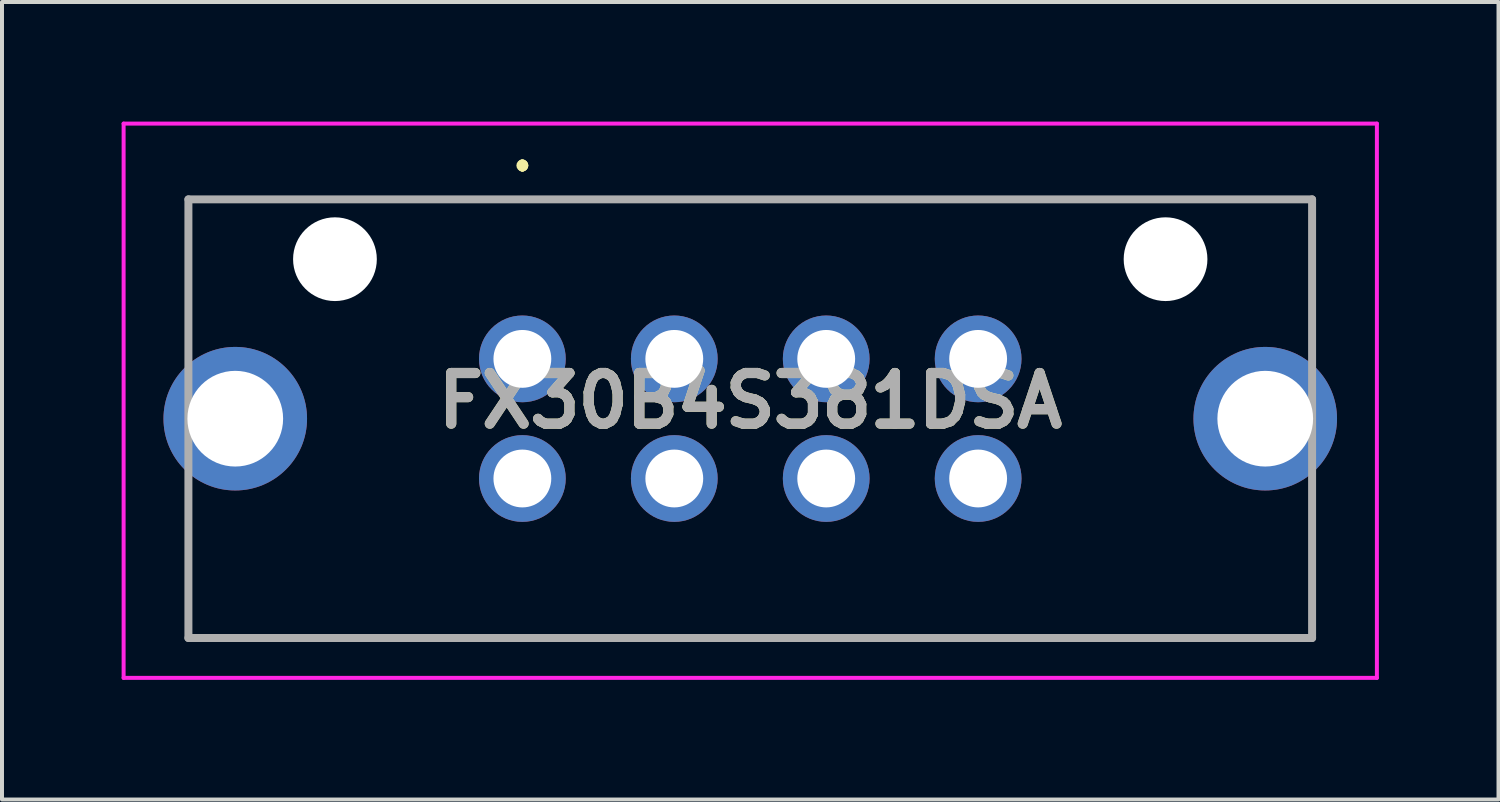
<source format=kicad_pcb>
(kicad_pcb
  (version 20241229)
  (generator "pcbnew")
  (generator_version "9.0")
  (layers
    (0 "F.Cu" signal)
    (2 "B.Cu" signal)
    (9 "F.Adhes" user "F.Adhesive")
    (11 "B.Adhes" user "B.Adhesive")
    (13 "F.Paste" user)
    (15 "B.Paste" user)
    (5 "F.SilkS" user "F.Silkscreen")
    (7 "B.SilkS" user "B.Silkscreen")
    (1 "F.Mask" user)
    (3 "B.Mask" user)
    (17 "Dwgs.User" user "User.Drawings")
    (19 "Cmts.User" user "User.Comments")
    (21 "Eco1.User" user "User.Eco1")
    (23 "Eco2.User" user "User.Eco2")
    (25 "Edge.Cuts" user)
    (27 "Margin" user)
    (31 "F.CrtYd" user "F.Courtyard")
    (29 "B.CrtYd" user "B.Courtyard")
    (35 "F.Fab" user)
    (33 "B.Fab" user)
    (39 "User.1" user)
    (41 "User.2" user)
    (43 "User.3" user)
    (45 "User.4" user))
  (footprint "FX30B4S381DSA"
    (layer "F.Cu")
    (at 10.05 5.95)
    (property "Reference" "FX30B4S381DSA" (at 5.715 1.05 0) (layer "F.SilkS") (effects (font (size 1.27 1.27) (thickness 0.254))))
    (attr through_hole)
    (fp_line (start -8.375 -4) (end -8.375 -4) (stroke (width 0.1) (type solid)) (layer "F.SilkS"))
    (fp_line (start -8.375 -4) (end -8.375 -4) (stroke (width 0.1) (type solid)) (layer "F.SilkS"))
    (fp_line (start -8.375 -4) (end -8.375 -0.75) (stroke (width 0.1) (type solid)) (layer "F.SilkS"))
    (fp_line (start -8.375 -4) (end 19.805 -4) (stroke (width 0.1) (type solid)) (layer "F.SilkS"))
    (fp_line (start -8.375 -0.75) (end -8.375 -4) (stroke (width 0.1) (type solid)) (layer "F.SilkS"))
    (fp_line (start -8.375 -0.75) (end -8.375 -0.75) (stroke (width 0.1) (type solid)) (layer "F.SilkS"))
    (fp_line (start -8.375 3.75) (end -8.375 3.75) (stroke (width 0.1) (type solid)) (layer "F.SilkS"))
    (fp_line (start -8.375 3.75) (end -8.375 7) (stroke (width 0.1) (type solid)) (layer "F.SilkS"))
    (fp_line (start -8.375 7) (end -8.375 3.75) (stroke (width 0.1) (type solid)) (layer "F.SilkS"))
    (fp_line (start -8.375 7) (end -8.375 7) (stroke (width 0.1) (type solid)) (layer "F.SilkS"))
    (fp_line (start -8.375 7) (end -8.375 7) (stroke (width 0.1) (type solid)) (layer "F.SilkS"))
    (fp_line (start -8.375 7) (end 19.805 7) (stroke (width 0.1) (type solid)) (layer "F.SilkS"))
    (fp_line (start 0 -4.9) (end 0 -4.9) (stroke (width 0.2) (type solid)) (layer "F.SilkS"))
    (fp_line (start 0 -4.8) (end 0 -4.8) (stroke (width 0.2) (type solid)) (layer "F.SilkS"))
    (fp_line (start 0 -4.8) (end 0 -4.8) (stroke (width 0.2) (type solid)) (layer "F.SilkS"))
    (fp_line (start 19.805 -4) (end -8.375 -4) (stroke (width 0.1) (type solid)) (layer "F.SilkS"))
    (fp_line (start 19.805 -4) (end 19.805 -4) (stroke (width 0.1) (type solid)) (layer "F.SilkS"))
    (fp_line (start 19.805 -4) (end 19.805 -4) (stroke (width 0.1) (type solid)) (layer "F.SilkS"))
    (fp_line (start 19.805 -4) (end 19.805 -0.75) (stroke (width 0.1) (type solid)) (layer "F.SilkS"))
    (fp_line (start 19.805 -0.75) (end 19.805 -4) (stroke (width 0.1) (type solid)) (layer "F.SilkS"))
    (fp_line (start 19.805 -0.75) (end 19.805 -0.75) (stroke (width 0.1) (type solid)) (layer "F.SilkS"))
    (fp_line (start 19.805 3.75) (end 19.805 3.75) (stroke (width 0.1) (type solid)) (layer "F.SilkS"))
    (fp_line (start 19.805 3.75) (end 19.805 7) (stroke (width 0.1) (type solid)) (layer "F.SilkS"))
    (fp_line (start 19.805 7) (end -8.375 7) (stroke (width 0.1) (type solid)) (layer "F.SilkS"))
    (fp_line (start 19.805 7) (end 19.805 3.75) (stroke (width 0.1) (type solid)) (layer "F.SilkS"))
    (fp_line (start 19.805 7) (end 19.805 7) (stroke (width 0.1) (type solid)) (layer "F.SilkS"))
    (fp_line (start 19.805 7) (end 19.805 7) (stroke (width 0.1) (type solid)) (layer "F.SilkS"))
    (fp_arc (start 0 -4.9) (mid 0.05 -4.85) (end 0 -4.8) (stroke (width 0.2) (type solid)) (layer "F.SilkS"))
    (fp_arc (start 0 -4.9) (mid 0.05 -4.85) (end 0 -4.8) (stroke (width 0.2) (type solid)) (layer "F.SilkS"))
    (fp_arc (start 0 -4.8) (mid -0.05 -4.85) (end 0 -4.9) (stroke (width 0.2) (type solid)) (layer "F.SilkS"))
    (fp_line (start -10 -5.9) (end 21.43 -5.9) (stroke (width 0.1) (type solid)) (layer "F.CrtYd"))
    (fp_line (start -10 8) (end -10 -5.9) (stroke (width 0.1) (type solid)) (layer "F.CrtYd"))
    (fp_line (start 21.43 -5.9) (end 21.43 8) (stroke (width 0.1) (type solid)) (layer "F.CrtYd"))
    (fp_line (start 21.43 8) (end -10 8) (stroke (width 0.1) (type solid)) (layer "F.CrtYd"))
    (fp_line (start -8.375 -4) (end -8.375 7) (stroke (width 0.2) (type solid)) (layer "F.Fab"))
    (fp_line (start -8.375 7) (end 19.805 7) (stroke (width 0.2) (type solid)) (layer "F.Fab"))
    (fp_line (start 19.805 -4) (end -8.375 -4) (stroke (width 0.2) (type solid)) (layer "F.Fab"))
    (fp_line (start 19.805 7) (end 19.805 -4) (stroke (width 0.2) (type solid)) (layer "F.Fab"))
    (fp_text user "${REFERENCE}" (at 5.715 1.05 0) (layer "F.Fab") (effects (font (size 1.27 1.27) (thickness 0.254))))
    (pad "" np_thru_hole circle (at -4.7 -2.5) (size 2.1 2.1) (drill 2.1) (layers "*.Cu" "*.Mask"))
    (pad "" np_thru_hole circle (at 16.13 -2.5) (size 2.1 2.1) (drill 2.1) (layers "*.Cu" "*.Mask"))
    (pad "A1" thru_hole circle (at 0 0) (size 2.175 2.175) (drill 1.45) (layers "*.Cu" "*.Mask"))
    (pad "A2" thru_hole circle (at 3.81 0) (size 2.175 2.175) (drill 1.45) (layers "*.Cu" "*.Mask"))
    (pad "A3" thru_hole circle (at 7.62 0) (size 2.175 2.175) (drill 1.45) (layers "*.Cu" "*.Mask"))
    (pad "A4" thru_hole circle (at 11.43 0) (size 2.175 2.175) (drill 1.45) (layers "*.Cu" "*.Mask"))
    (pad "B1" thru_hole circle (at 0 3) (size 2.175 2.175) (drill 1.45) (layers "*.Cu" "*.Mask"))
    (pad "B2" thru_hole circle (at 3.81 3) (size 2.175 2.175) (drill 1.45) (layers "*.Cu" "*.Mask"))
    (pad "B3" thru_hole circle (at 7.62 3) (size 2.175 2.175) (drill 1.45) (layers "*.Cu" "*.Mask"))
    (pad "B4" thru_hole circle (at 11.43 3) (size 2.175 2.175) (drill 1.45) (layers "*.Cu" "*.Mask"))
    (pad "MH1" thru_hole circle (at -7.2 1.5) (size 3.6 3.6) (drill 2.4) (layers "*.Cu" "*.Mask"))
    (pad "MH2" thru_hole circle (at 18.63 1.5) (size 3.6 3.6) (drill 2.4) (layers "*.Cu" "*.Mask")))
  (gr_rect
    (start -3 -3)
    (end 34.53 17)
    (stroke (width 0.1) (type default))
    (fill no)
    (layer "Edge.Cuts")))
</source>
